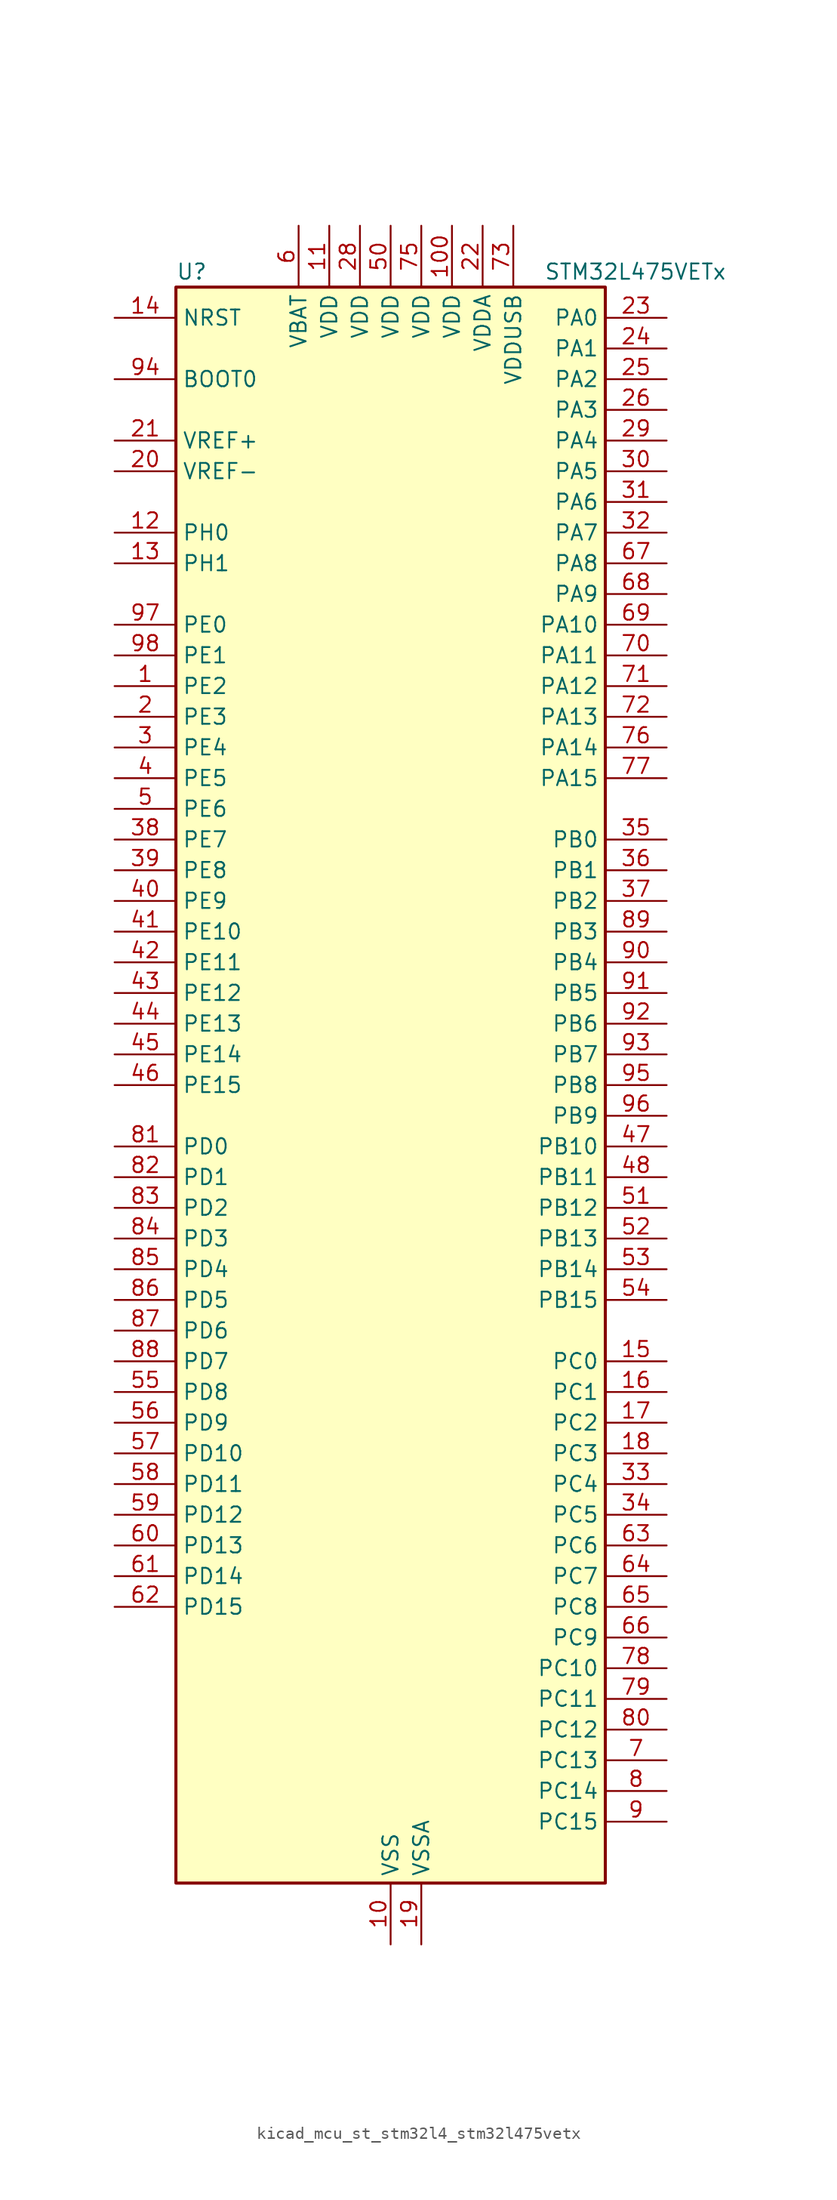
<source format=kicad_sym>
(kicad_symbol_lib
  (version 20220914)
  (generator kicad_symbol_editor)
  (symbol "kicad_mcu_st_stm32l4_stm32l475vetx"
    (property "Reference" "U"
      (at -17.78 67.31 0)
      (effects (font (size 1.27 1.27)) (justify left)))
    (property "Value" "STM32L475VETx"
      (at 12.7 67.31 0)
      (effects (font (size 1.27 1.27)) (justify left)))
    (property "ki_locked" ""
      (at 0 0 0)
      (effects (font (size 1.27 1.27))))
    (symbol "kicad_mcu_st_stm32l4_stm32l475vetx_0_1"
      (rectangle (start -17.78 -66.04) (end 17.78 66.04) (stroke (width 0.254) (type default)) (fill (type background))))
    (symbol "kicad_mcu_st_stm32l4_stm32l475vetx_1_1"
      (pin bidirectional line (at -22.86 33.02 0) (length 5.08) (name "PE2" (effects (font (size 1.27 1.27)))) (number "1" (effects (font (size 1.27 1.27)))) (alternate "FMC_A23" bidirectional line) (alternate "SAI1_MCLK_A" bidirectional line) (alternate "SYS_TRACECLK" bidirectional line) (alternate "TIM3_ETR" bidirectional line) (alternate "TSC_G7_IO1" bidirectional line))
      (pin power_in line (at 0 -71.12 90) (length 5.08) (name "VSS" (effects (font (size 1.27 1.27)))) (number "10" (effects (font (size 1.27 1.27)))))
      (pin power_in line (at 5.08 71.12 270) (length 5.08) (name "VDD" (effects (font (size 1.27 1.27)))) (number "100" (effects (font (size 1.27 1.27)))))
      (pin power_in line (at -5.08 71.12 270) (length 5.08) (name "VDD" (effects (font (size 1.27 1.27)))) (number "11" (effects (font (size 1.27 1.27)))))
      (pin bidirectional line (at -22.86 45.72 0) (length 5.08) (name "PH0" (effects (font (size 1.27 1.27)))) (number "12" (effects (font (size 1.27 1.27)))) (alternate "RCC_OSC_IN" bidirectional line))
      (pin bidirectional line (at -22.86 43.18 0) (length 5.08) (name "PH1" (effects (font (size 1.27 1.27)))) (number "13" (effects (font (size 1.27 1.27)))) (alternate "RCC_OSC_OUT" bidirectional line))
      (pin input line (at -22.86 63.5 0) (length 5.08) (name "NRST" (effects (font (size 1.27 1.27)))) (number "14" (effects (font (size 1.27 1.27)))))
      (pin bidirectional line (at 22.86 -22.86 180) (length 5.08) (name "PC0" (effects (font (size 1.27 1.27)))) (number "15" (effects (font (size 1.27 1.27)))) (alternate "ADC1_IN1" bidirectional line) (alternate "ADC2_IN1" bidirectional line) (alternate "ADC3_IN1" bidirectional line) (alternate "DFSDM1_DATIN4" bidirectional line) (alternate "I2C3_SCL" bidirectional line) (alternate "LPTIM1_IN1" bidirectional line) (alternate "LPTIM2_IN1" bidirectional line) (alternate "LPUART1_RX" bidirectional line))
      (pin bidirectional line (at 22.86 -25.4 180) (length 5.08) (name "PC1" (effects (font (size 1.27 1.27)))) (number "16" (effects (font (size 1.27 1.27)))) (alternate "ADC1_IN2" bidirectional line) (alternate "ADC2_IN2" bidirectional line) (alternate "ADC3_IN2" bidirectional line) (alternate "DFSDM1_CKIN4" bidirectional line) (alternate "I2C3_SDA" bidirectional line) (alternate "LPTIM1_OUT" bidirectional line) (alternate "LPUART1_TX" bidirectional line))
      (pin bidirectional line (at 22.86 -27.94 180) (length 5.08) (name "PC2" (effects (font (size 1.27 1.27)))) (number "17" (effects (font (size 1.27 1.27)))) (alternate "ADC1_IN3" bidirectional line) (alternate "ADC2_IN3" bidirectional line) (alternate "ADC3_IN3" bidirectional line) (alternate "DFSDM1_CKOUT" bidirectional line) (alternate "LPTIM1_IN2" bidirectional line) (alternate "SPI2_MISO" bidirectional line))
      (pin bidirectional line (at 22.86 -30.48 180) (length 5.08) (name "PC3" (effects (font (size 1.27 1.27)))) (number "18" (effects (font (size 1.27 1.27)))) (alternate "ADC1_IN4" bidirectional line) (alternate "ADC2_IN4" bidirectional line) (alternate "ADC3_IN4" bidirectional line) (alternate "LPTIM1_ETR" bidirectional line) (alternate "LPTIM2_ETR" bidirectional line) (alternate "SAI1_SD_A" bidirectional line) (alternate "SPI2_MOSI" bidirectional line))
      (pin power_in line (at 2.54 -71.12 90) (length 5.08) (name "VSSA" (effects (font (size 1.27 1.27)))) (number "19" (effects (font (size 1.27 1.27)))))
      (pin bidirectional line (at -22.86 30.48 0) (length 5.08) (name "PE3" (effects (font (size 1.27 1.27)))) (number "2" (effects (font (size 1.27 1.27)))) (alternate "FMC_A19" bidirectional line) (alternate "SAI1_SD_B" bidirectional line) (alternate "SYS_TRACED0" bidirectional line) (alternate "TIM3_CH1" bidirectional line) (alternate "TSC_G7_IO2" bidirectional line))
      (pin input line (at -22.86 50.8 0) (length 5.08) (name "VREF-" (effects (font (size 1.27 1.27)))) (number "20" (effects (font (size 1.27 1.27)))))
      (pin input line (at -22.86 53.34 0) (length 5.08) (name "VREF+" (effects (font (size 1.27 1.27)))) (number "21" (effects (font (size 1.27 1.27)))) (alternate "VREFBUF_OUT" bidirectional line))
      (pin power_in line (at 7.62 71.12 270) (length 5.08) (name "VDDA" (effects (font (size 1.27 1.27)))) (number "22" (effects (font (size 1.27 1.27)))))
      (pin bidirectional line (at 22.86 63.5 180) (length 5.08) (name "PA0" (effects (font (size 1.27 1.27)))) (number "23" (effects (font (size 1.27 1.27)))) (alternate "ADC1_IN5" bidirectional line) (alternate "ADC2_IN5" bidirectional line) (alternate "OPAMP1_VINP" bidirectional line) (alternate "RTC_TAMP2" bidirectional line) (alternate "SAI1_EXTCLK" bidirectional line) (alternate "SYS_WKUP1" bidirectional line) (alternate "TIM2_CH1" bidirectional line) (alternate "TIM2_ETR" bidirectional line) (alternate "TIM5_CH1" bidirectional line) (alternate "TIM8_ETR" bidirectional line) (alternate "UART4_TX" bidirectional line) (alternate "USART2_CTS" bidirectional line))
      (pin bidirectional line (at 22.86 60.96 180) (length 5.08) (name "PA1" (effects (font (size 1.27 1.27)))) (number "24" (effects (font (size 1.27 1.27)))) (alternate "ADC1_IN6" bidirectional line) (alternate "ADC2_IN6" bidirectional line) (alternate "OPAMP1_VINM" bidirectional line) (alternate "TIM15_CH1N" bidirectional line) (alternate "TIM2_CH2" bidirectional line) (alternate "TIM5_CH2" bidirectional line) (alternate "UART4_RX" bidirectional line) (alternate "USART2_DE" bidirectional line) (alternate "USART2_RTS" bidirectional line))
      (pin bidirectional line (at 22.86 58.42 180) (length 5.08) (name "PA2" (effects (font (size 1.27 1.27)))) (number "25" (effects (font (size 1.27 1.27)))) (alternate "ADC1_IN7" bidirectional line) (alternate "ADC2_IN7" bidirectional line) (alternate "RCC_LSCO" bidirectional line) (alternate "SAI2_EXTCLK" bidirectional line) (alternate "SYS_WKUP4" bidirectional line) (alternate "TIM15_CH1" bidirectional line) (alternate "TIM2_CH3" bidirectional line) (alternate "TIM5_CH3" bidirectional line) (alternate "USART2_TX" bidirectional line))
      (pin bidirectional line (at 22.86 55.88 180) (length 5.08) (name "PA3" (effects (font (size 1.27 1.27)))) (number "26" (effects (font (size 1.27 1.27)))) (alternate "ADC1_IN8" bidirectional line) (alternate "ADC2_IN8" bidirectional line) (alternate "OPAMP1_VOUT" bidirectional line) (alternate "TIM15_CH2" bidirectional line) (alternate "TIM2_CH4" bidirectional line) (alternate "TIM5_CH4" bidirectional line) (alternate "USART2_RX" bidirectional line))
      (pin passive line (at 0 -71.12 90) (length 5.08) hide (name "VSS" (effects (font (size 1.27 1.27)))) (number "27" (effects (font (size 1.27 1.27)))))
      (pin power_in line (at -2.54 71.12 270) (length 5.08) (name "VDD" (effects (font (size 1.27 1.27)))) (number "28" (effects (font (size 1.27 1.27)))))
      (pin bidirectional line (at 22.86 53.34 180) (length 5.08) (name "PA4" (effects (font (size 1.27 1.27)))) (number "29" (effects (font (size 1.27 1.27)))) (alternate "ADC1_IN9" bidirectional line) (alternate "ADC2_IN9" bidirectional line) (alternate "DAC1_OUT1" bidirectional line) (alternate "LPTIM2_OUT" bidirectional line) (alternate "SAI1_FS_B" bidirectional line) (alternate "SPI1_NSS" bidirectional line) (alternate "SPI3_NSS" bidirectional line) (alternate "USART2_CK" bidirectional line))
      (pin bidirectional line (at -22.86 27.94 0) (length 5.08) (name "PE4" (effects (font (size 1.27 1.27)))) (number "3" (effects (font (size 1.27 1.27)))) (alternate "DFSDM1_DATIN3" bidirectional line) (alternate "FMC_A20" bidirectional line) (alternate "SAI1_FS_A" bidirectional line) (alternate "SYS_TRACED1" bidirectional line) (alternate "TIM3_CH2" bidirectional line) (alternate "TSC_G7_IO3" bidirectional line))
      (pin bidirectional line (at 22.86 50.8 180) (length 5.08) (name "PA5" (effects (font (size 1.27 1.27)))) (number "30" (effects (font (size 1.27 1.27)))) (alternate "ADC1_IN10" bidirectional line) (alternate "ADC2_IN10" bidirectional line) (alternate "DAC1_OUT2" bidirectional line) (alternate "LPTIM2_ETR" bidirectional line) (alternate "SPI1_SCK" bidirectional line) (alternate "TIM2_CH1" bidirectional line) (alternate "TIM2_ETR" bidirectional line) (alternate "TIM8_CH1N" bidirectional line))
      (pin bidirectional line (at 22.86 48.26 180) (length 5.08) (name "PA6" (effects (font (size 1.27 1.27)))) (number "31" (effects (font (size 1.27 1.27)))) (alternate "ADC1_IN11" bidirectional line) (alternate "ADC2_IN11" bidirectional line) (alternate "OPAMP2_VINP" bidirectional line) (alternate "QUADSPI_BK1_IO3" bidirectional line) (alternate "SPI1_MISO" bidirectional line) (alternate "TIM16_CH1" bidirectional line) (alternate "TIM1_BKIN" bidirectional line) (alternate "TIM1_BKIN_COMP2" bidirectional line) (alternate "TIM3_CH1" bidirectional line) (alternate "TIM8_BKIN" bidirectional line) (alternate "TIM8_BKIN_COMP2" bidirectional line) (alternate "USART3_CTS" bidirectional line))
      (pin bidirectional line (at 22.86 45.72 180) (length 5.08) (name "PA7" (effects (font (size 1.27 1.27)))) (number "32" (effects (font (size 1.27 1.27)))) (alternate "ADC1_IN12" bidirectional line) (alternate "ADC2_IN12" bidirectional line) (alternate "OPAMP2_VINM" bidirectional line) (alternate "QUADSPI_BK1_IO2" bidirectional line) (alternate "SPI1_MOSI" bidirectional line) (alternate "TIM17_CH1" bidirectional line) (alternate "TIM1_CH1N" bidirectional line) (alternate "TIM3_CH2" bidirectional line) (alternate "TIM8_CH1N" bidirectional line))
      (pin bidirectional line (at 22.86 -33.02 180) (length 5.08) (name "PC4" (effects (font (size 1.27 1.27)))) (number "33" (effects (font (size 1.27 1.27)))) (alternate "ADC1_IN13" bidirectional line) (alternate "ADC2_IN13" bidirectional line) (alternate "COMP1_INM" bidirectional line) (alternate "USART3_TX" bidirectional line))
      (pin bidirectional line (at 22.86 -35.56 180) (length 5.08) (name "PC5" (effects (font (size 1.27 1.27)))) (number "34" (effects (font (size 1.27 1.27)))) (alternate "ADC1_IN14" bidirectional line) (alternate "ADC2_IN14" bidirectional line) (alternate "COMP1_INP" bidirectional line) (alternate "SYS_WKUP5" bidirectional line) (alternate "USART3_RX" bidirectional line))
      (pin bidirectional line (at 22.86 20.32 180) (length 5.08) (name "PB0" (effects (font (size 1.27 1.27)))) (number "35" (effects (font (size 1.27 1.27)))) (alternate "ADC1_IN15" bidirectional line) (alternate "ADC2_IN15" bidirectional line) (alternate "COMP1_OUT" bidirectional line) (alternate "OPAMP2_VOUT" bidirectional line) (alternate "QUADSPI_BK1_IO1" bidirectional line) (alternate "TIM1_CH2N" bidirectional line) (alternate "TIM3_CH3" bidirectional line) (alternate "TIM8_CH2N" bidirectional line) (alternate "USART3_CK" bidirectional line))
      (pin bidirectional line (at 22.86 17.78 180) (length 5.08) (name "PB1" (effects (font (size 1.27 1.27)))) (number "36" (effects (font (size 1.27 1.27)))) (alternate "ADC1_IN16" bidirectional line) (alternate "ADC2_IN16" bidirectional line) (alternate "COMP1_INM" bidirectional line) (alternate "DFSDM1_DATIN0" bidirectional line) (alternate "LPTIM2_IN1" bidirectional line) (alternate "QUADSPI_BK1_IO0" bidirectional line) (alternate "TIM1_CH3N" bidirectional line) (alternate "TIM3_CH4" bidirectional line) (alternate "TIM8_CH3N" bidirectional line) (alternate "USART3_DE" bidirectional line) (alternate "USART3_RTS" bidirectional line))
      (pin bidirectional line (at 22.86 15.24 180) (length 5.08) (name "PB2" (effects (font (size 1.27 1.27)))) (number "37" (effects (font (size 1.27 1.27)))) (alternate "COMP1_INP" bidirectional line) (alternate "DFSDM1_CKIN0" bidirectional line) (alternate "I2C3_SMBA" bidirectional line) (alternate "LPTIM1_OUT" bidirectional line) (alternate "RTC_OUT_ALARM" bidirectional line) (alternate "RTC_OUT_CALIB" bidirectional line))
      (pin bidirectional line (at -22.86 20.32 0) (length 5.08) (name "PE7" (effects (font (size 1.27 1.27)))) (number "38" (effects (font (size 1.27 1.27)))) (alternate "DFSDM1_DATIN2" bidirectional line) (alternate "FMC_D4" bidirectional line) (alternate "FMC_DA4" bidirectional line) (alternate "SAI1_SD_B" bidirectional line) (alternate "TIM1_ETR" bidirectional line))
      (pin bidirectional line (at -22.86 17.78 0) (length 5.08) (name "PE8" (effects (font (size 1.27 1.27)))) (number "39" (effects (font (size 1.27 1.27)))) (alternate "DFSDM1_CKIN2" bidirectional line) (alternate "FMC_D5" bidirectional line) (alternate "FMC_DA5" bidirectional line) (alternate "SAI1_SCK_B" bidirectional line) (alternate "TIM1_CH1N" bidirectional line))
      (pin bidirectional line (at -22.86 25.4 0) (length 5.08) (name "PE5" (effects (font (size 1.27 1.27)))) (number "4" (effects (font (size 1.27 1.27)))) (alternate "DFSDM1_CKIN3" bidirectional line) (alternate "FMC_A21" bidirectional line) (alternate "SAI1_SCK_A" bidirectional line) (alternate "SYS_TRACED2" bidirectional line) (alternate "TIM3_CH3" bidirectional line) (alternate "TSC_G7_IO4" bidirectional line))
      (pin bidirectional line (at -22.86 15.24 0) (length 5.08) (name "PE9" (effects (font (size 1.27 1.27)))) (number "40" (effects (font (size 1.27 1.27)))) (alternate "DAC1_EXTI9" bidirectional line) (alternate "DFSDM1_CKOUT" bidirectional line) (alternate "FMC_D6" bidirectional line) (alternate "FMC_DA6" bidirectional line) (alternate "SAI1_FS_B" bidirectional line) (alternate "TIM1_CH1" bidirectional line))
      (pin bidirectional line (at -22.86 12.7 0) (length 5.08) (name "PE10" (effects (font (size 1.27 1.27)))) (number "41" (effects (font (size 1.27 1.27)))) (alternate "DFSDM1_DATIN4" bidirectional line) (alternate "FMC_D7" bidirectional line) (alternate "FMC_DA7" bidirectional line) (alternate "QUADSPI_CLK" bidirectional line) (alternate "SAI1_MCLK_B" bidirectional line) (alternate "TIM1_CH2N" bidirectional line) (alternate "TSC_G5_IO1" bidirectional line))
      (pin bidirectional line (at -22.86 10.16 0) (length 5.08) (name "PE11" (effects (font (size 1.27 1.27)))) (number "42" (effects (font (size 1.27 1.27)))) (alternate "ADC1_EXTI11" bidirectional line) (alternate "ADC2_EXTI11" bidirectional line) (alternate "ADC3_EXTI11" bidirectional line) (alternate "DFSDM1_CKIN4" bidirectional line) (alternate "FMC_D8" bidirectional line) (alternate "FMC_DA8" bidirectional line) (alternate "QUADSPI_NCS" bidirectional line) (alternate "TIM1_CH2" bidirectional line) (alternate "TSC_G5_IO2" bidirectional line))
      (pin bidirectional line (at -22.86 7.62 0) (length 5.08) (name "PE12" (effects (font (size 1.27 1.27)))) (number "43" (effects (font (size 1.27 1.27)))) (alternate "DFSDM1_DATIN5" bidirectional line) (alternate "FMC_D9" bidirectional line) (alternate "FMC_DA9" bidirectional line) (alternate "QUADSPI_BK1_IO0" bidirectional line) (alternate "SPI1_NSS" bidirectional line) (alternate "TIM1_CH3N" bidirectional line) (alternate "TSC_G5_IO3" bidirectional line))
      (pin bidirectional line (at -22.86 5.08 0) (length 5.08) (name "PE13" (effects (font (size 1.27 1.27)))) (number "44" (effects (font (size 1.27 1.27)))) (alternate "DFSDM1_CKIN5" bidirectional line) (alternate "FMC_D10" bidirectional line) (alternate "FMC_DA10" bidirectional line) (alternate "QUADSPI_BK1_IO1" bidirectional line) (alternate "SPI1_SCK" bidirectional line) (alternate "TIM1_CH3" bidirectional line) (alternate "TSC_G5_IO4" bidirectional line))
      (pin bidirectional line (at -22.86 2.54 0) (length 5.08) (name "PE14" (effects (font (size 1.27 1.27)))) (number "45" (effects (font (size 1.27 1.27)))) (alternate "FMC_D11" bidirectional line) (alternate "FMC_DA11" bidirectional line) (alternate "QUADSPI_BK1_IO2" bidirectional line) (alternate "SPI1_MISO" bidirectional line) (alternate "TIM1_BKIN2" bidirectional line) (alternate "TIM1_BKIN2_COMP2" bidirectional line) (alternate "TIM1_CH4" bidirectional line))
      (pin bidirectional line (at -22.86 0 0) (length 5.08) (name "PE15" (effects (font (size 1.27 1.27)))) (number "46" (effects (font (size 1.27 1.27)))) (alternate "ADC1_EXTI15" bidirectional line) (alternate "ADC2_EXTI15" bidirectional line) (alternate "ADC3_EXTI15" bidirectional line) (alternate "FMC_D12" bidirectional line) (alternate "FMC_DA12" bidirectional line) (alternate "QUADSPI_BK1_IO3" bidirectional line) (alternate "SPI1_MOSI" bidirectional line) (alternate "TIM1_BKIN" bidirectional line) (alternate "TIM1_BKIN_COMP1" bidirectional line))
      (pin bidirectional line (at 22.86 -5.08 180) (length 5.08) (name "PB10" (effects (font (size 1.27 1.27)))) (number "47" (effects (font (size 1.27 1.27)))) (alternate "COMP1_OUT" bidirectional line) (alternate "DFSDM1_DATIN7" bidirectional line) (alternate "I2C2_SCL" bidirectional line) (alternate "LPUART1_RX" bidirectional line) (alternate "QUADSPI_CLK" bidirectional line) (alternate "SAI1_SCK_A" bidirectional line) (alternate "SPI2_SCK" bidirectional line) (alternate "TIM2_CH3" bidirectional line) (alternate "USART3_TX" bidirectional line))
      (pin bidirectional line (at 22.86 -7.62 180) (length 5.08) (name "PB11" (effects (font (size 1.27 1.27)))) (number "48" (effects (font (size 1.27 1.27)))) (alternate "ADC1_EXTI11" bidirectional line) (alternate "ADC2_EXTI11" bidirectional line) (alternate "ADC3_EXTI11" bidirectional line) (alternate "COMP2_OUT" bidirectional line) (alternate "DFSDM1_CKIN7" bidirectional line) (alternate "I2C2_SDA" bidirectional line) (alternate "LPUART1_TX" bidirectional line) (alternate "QUADSPI_NCS" bidirectional line) (alternate "TIM2_CH4" bidirectional line) (alternate "USART3_RX" bidirectional line))
      (pin passive line (at 0 -71.12 90) (length 5.08) hide (name "VSS" (effects (font (size 1.27 1.27)))) (number "49" (effects (font (size 1.27 1.27)))))
      (pin bidirectional line (at -22.86 22.86 0) (length 5.08) (name "PE6" (effects (font (size 1.27 1.27)))) (number "5" (effects (font (size 1.27 1.27)))) (alternate "FMC_A22" bidirectional line) (alternate "RTC_TAMP3" bidirectional line) (alternate "SAI1_SD_A" bidirectional line) (alternate "SYS_TRACED3" bidirectional line) (alternate "SYS_WKUP3" bidirectional line) (alternate "TIM3_CH4" bidirectional line))
      (pin power_in line (at 0 71.12 270) (length 5.08) (name "VDD" (effects (font (size 1.27 1.27)))) (number "50" (effects (font (size 1.27 1.27)))))
      (pin bidirectional line (at 22.86 -10.16 180) (length 5.08) (name "PB12" (effects (font (size 1.27 1.27)))) (number "51" (effects (font (size 1.27 1.27)))) (alternate "DFSDM1_DATIN1" bidirectional line) (alternate "I2C2_SMBA" bidirectional line) (alternate "LPUART1_DE" bidirectional line) (alternate "LPUART1_RTS" bidirectional line) (alternate "SAI2_FS_A" bidirectional line) (alternate "SPI2_NSS" bidirectional line) (alternate "SWPMI1_IO" bidirectional line) (alternate "TIM15_BKIN" bidirectional line) (alternate "TIM1_BKIN" bidirectional line) (alternate "TIM1_BKIN_COMP2" bidirectional line) (alternate "TSC_G1_IO1" bidirectional line) (alternate "USART3_CK" bidirectional line))
      (pin bidirectional line (at 22.86 -12.7 180) (length 5.08) (name "PB13" (effects (font (size 1.27 1.27)))) (number "52" (effects (font (size 1.27 1.27)))) (alternate "DFSDM1_CKIN1" bidirectional line) (alternate "I2C2_SCL" bidirectional line) (alternate "LPUART1_CTS" bidirectional line) (alternate "SAI2_SCK_A" bidirectional line) (alternate "SPI2_SCK" bidirectional line) (alternate "SWPMI1_TX" bidirectional line) (alternate "TIM15_CH1N" bidirectional line) (alternate "TIM1_CH1N" bidirectional line) (alternate "TSC_G1_IO2" bidirectional line) (alternate "USART3_CTS" bidirectional line))
      (pin bidirectional line (at 22.86 -15.24 180) (length 5.08) (name "PB14" (effects (font (size 1.27 1.27)))) (number "53" (effects (font (size 1.27 1.27)))) (alternate "DFSDM1_DATIN2" bidirectional line) (alternate "I2C2_SDA" bidirectional line) (alternate "SAI2_MCLK_A" bidirectional line) (alternate "SPI2_MISO" bidirectional line) (alternate "SWPMI1_RX" bidirectional line) (alternate "TIM15_CH1" bidirectional line) (alternate "TIM1_CH2N" bidirectional line) (alternate "TIM8_CH2N" bidirectional line) (alternate "TSC_G1_IO3" bidirectional line) (alternate "USART3_DE" bidirectional line) (alternate "USART3_RTS" bidirectional line))
      (pin bidirectional line (at 22.86 -17.78 180) (length 5.08) (name "PB15" (effects (font (size 1.27 1.27)))) (number "54" (effects (font (size 1.27 1.27)))) (alternate "ADC1_EXTI15" bidirectional line) (alternate "ADC2_EXTI15" bidirectional line) (alternate "ADC3_EXTI15" bidirectional line) (alternate "DFSDM1_CKIN2" bidirectional line) (alternate "RTC_REFIN" bidirectional line) (alternate "SAI2_SD_A" bidirectional line) (alternate "SPI2_MOSI" bidirectional line) (alternate "SWPMI1_SUSPEND" bidirectional line) (alternate "TIM15_CH2" bidirectional line) (alternate "TIM1_CH3N" bidirectional line) (alternate "TIM8_CH3N" bidirectional line) (alternate "TSC_G1_IO4" bidirectional line))
      (pin bidirectional line (at -22.86 -25.4 0) (length 5.08) (name "PD8" (effects (font (size 1.27 1.27)))) (number "55" (effects (font (size 1.27 1.27)))) (alternate "FMC_D13" bidirectional line) (alternate "FMC_DA13" bidirectional line) (alternate "USART3_TX" bidirectional line))
      (pin bidirectional line (at -22.86 -27.94 0) (length 5.08) (name "PD9" (effects (font (size 1.27 1.27)))) (number "56" (effects (font (size 1.27 1.27)))) (alternate "DAC1_EXTI9" bidirectional line) (alternate "FMC_D14" bidirectional line) (alternate "FMC_DA14" bidirectional line) (alternate "SAI2_MCLK_A" bidirectional line) (alternate "USART3_RX" bidirectional line))
      (pin bidirectional line (at -22.86 -30.48 0) (length 5.08) (name "PD10" (effects (font (size 1.27 1.27)))) (number "57" (effects (font (size 1.27 1.27)))) (alternate "FMC_D15" bidirectional line) (alternate "FMC_DA15" bidirectional line) (alternate "SAI2_SCK_A" bidirectional line) (alternate "TSC_G6_IO1" bidirectional line) (alternate "USART3_CK" bidirectional line))
      (pin bidirectional line (at -22.86 -33.02 0) (length 5.08) (name "PD11" (effects (font (size 1.27 1.27)))) (number "58" (effects (font (size 1.27 1.27)))) (alternate "ADC1_EXTI11" bidirectional line) (alternate "ADC2_EXTI11" bidirectional line) (alternate "ADC3_EXTI11" bidirectional line) (alternate "FMC_A16" bidirectional line) (alternate "FMC_CLE" bidirectional line) (alternate "LPTIM2_ETR" bidirectional line) (alternate "SAI2_SD_A" bidirectional line) (alternate "TSC_G6_IO2" bidirectional line) (alternate "USART3_CTS" bidirectional line))
      (pin bidirectional line (at -22.86 -35.56 0) (length 5.08) (name "PD12" (effects (font (size 1.27 1.27)))) (number "59" (effects (font (size 1.27 1.27)))) (alternate "FMC_A17" bidirectional line) (alternate "FMC_ALE" bidirectional line) (alternate "LPTIM2_IN1" bidirectional line) (alternate "SAI2_FS_A" bidirectional line) (alternate "TIM4_CH1" bidirectional line) (alternate "TSC_G6_IO3" bidirectional line) (alternate "USART3_DE" bidirectional line) (alternate "USART3_RTS" bidirectional line))
      (pin power_in line (at -7.62 71.12 270) (length 5.08) (name "VBAT" (effects (font (size 1.27 1.27)))) (number "6" (effects (font (size 1.27 1.27)))))
      (pin bidirectional line (at -22.86 -38.1 0) (length 5.08) (name "PD13" (effects (font (size 1.27 1.27)))) (number "60" (effects (font (size 1.27 1.27)))) (alternate "FMC_A18" bidirectional line) (alternate "LPTIM2_OUT" bidirectional line) (alternate "TIM4_CH2" bidirectional line) (alternate "TSC_G6_IO4" bidirectional line))
      (pin bidirectional line (at -22.86 -40.64 0) (length 5.08) (name "PD14" (effects (font (size 1.27 1.27)))) (number "61" (effects (font (size 1.27 1.27)))) (alternate "FMC_D0" bidirectional line) (alternate "FMC_DA0" bidirectional line) (alternate "TIM4_CH3" bidirectional line))
      (pin bidirectional line (at -22.86 -43.18 0) (length 5.08) (name "PD15" (effects (font (size 1.27 1.27)))) (number "62" (effects (font (size 1.27 1.27)))) (alternate "ADC1_EXTI15" bidirectional line) (alternate "ADC2_EXTI15" bidirectional line) (alternate "ADC3_EXTI15" bidirectional line) (alternate "FMC_D1" bidirectional line) (alternate "FMC_DA1" bidirectional line) (alternate "TIM4_CH4" bidirectional line))
      (pin bidirectional line (at 22.86 -38.1 180) (length 5.08) (name "PC6" (effects (font (size 1.27 1.27)))) (number "63" (effects (font (size 1.27 1.27)))) (alternate "DFSDM1_CKIN3" bidirectional line) (alternate "SAI2_MCLK_A" bidirectional line) (alternate "SDMMC1_D6" bidirectional line) (alternate "TIM3_CH1" bidirectional line) (alternate "TIM8_CH1" bidirectional line) (alternate "TSC_G4_IO1" bidirectional line))
      (pin bidirectional line (at 22.86 -40.64 180) (length 5.08) (name "PC7" (effects (font (size 1.27 1.27)))) (number "64" (effects (font (size 1.27 1.27)))) (alternate "DFSDM1_DATIN3" bidirectional line) (alternate "SAI2_MCLK_B" bidirectional line) (alternate "SDMMC1_D7" bidirectional line) (alternate "TIM3_CH2" bidirectional line) (alternate "TIM8_CH2" bidirectional line) (alternate "TSC_G4_IO2" bidirectional line))
      (pin bidirectional line (at 22.86 -43.18 180) (length 5.08) (name "PC8" (effects (font (size 1.27 1.27)))) (number "65" (effects (font (size 1.27 1.27)))) (alternate "SDMMC1_D0" bidirectional line) (alternate "TIM3_CH3" bidirectional line) (alternate "TIM8_CH3" bidirectional line) (alternate "TSC_G4_IO3" bidirectional line))
      (pin bidirectional line (at 22.86 -45.72 180) (length 5.08) (name "PC9" (effects (font (size 1.27 1.27)))) (number "66" (effects (font (size 1.27 1.27)))) (alternate "DAC1_EXTI9" bidirectional line) (alternate "SAI2_EXTCLK" bidirectional line) (alternate "SDMMC1_D1" bidirectional line) (alternate "TIM3_CH4" bidirectional line) (alternate "TIM8_BKIN2" bidirectional line) (alternate "TIM8_BKIN2_COMP1" bidirectional line) (alternate "TIM8_CH4" bidirectional line) (alternate "TSC_G4_IO4" bidirectional line) (alternate "USB_OTG_FS_NOE" bidirectional line))
      (pin bidirectional line (at 22.86 43.18 180) (length 5.08) (name "PA8" (effects (font (size 1.27 1.27)))) (number "67" (effects (font (size 1.27 1.27)))) (alternate "LPTIM2_OUT" bidirectional line) (alternate "RCC_MCO" bidirectional line) (alternate "TIM1_CH1" bidirectional line) (alternate "USART1_CK" bidirectional line) (alternate "USB_OTG_FS_SOF" bidirectional line))
      (pin bidirectional line (at 22.86 40.64 180) (length 5.08) (name "PA9" (effects (font (size 1.27 1.27)))) (number "68" (effects (font (size 1.27 1.27)))) (alternate "DAC1_EXTI9" bidirectional line) (alternate "TIM15_BKIN" bidirectional line) (alternate "TIM1_CH2" bidirectional line) (alternate "USART1_TX" bidirectional line) (alternate "USB_OTG_FS_VBUS" bidirectional line))
      (pin bidirectional line (at 22.86 38.1 180) (length 5.08) (name "PA10" (effects (font (size 1.27 1.27)))) (number "69" (effects (font (size 1.27 1.27)))) (alternate "TIM17_BKIN" bidirectional line) (alternate "TIM1_CH3" bidirectional line) (alternate "USART1_RX" bidirectional line) (alternate "USB_OTG_FS_ID" bidirectional line))
      (pin bidirectional line (at 22.86 -55.88 180) (length 5.08) (name "PC13" (effects (font (size 1.27 1.27)))) (number "7" (effects (font (size 1.27 1.27)))) (alternate "RTC_OUT_ALARM" bidirectional line) (alternate "RTC_OUT_CALIB" bidirectional line) (alternate "RTC_TAMP1" bidirectional line) (alternate "RTC_TS" bidirectional line) (alternate "SYS_WKUP2" bidirectional line))
      (pin bidirectional line (at 22.86 35.56 180) (length 5.08) (name "PA11" (effects (font (size 1.27 1.27)))) (number "70" (effects (font (size 1.27 1.27)))) (alternate "ADC1_EXTI11" bidirectional line) (alternate "ADC2_EXTI11" bidirectional line) (alternate "ADC3_EXTI11" bidirectional line) (alternate "CAN1_RX" bidirectional line) (alternate "TIM1_BKIN2" bidirectional line) (alternate "TIM1_BKIN2_COMP1" bidirectional line) (alternate "TIM1_CH4" bidirectional line) (alternate "USART1_CTS" bidirectional line) (alternate "USB_OTG_FS_DM" bidirectional line))
      (pin bidirectional line (at 22.86 33.02 180) (length 5.08) (name "PA12" (effects (font (size 1.27 1.27)))) (number "71" (effects (font (size 1.27 1.27)))) (alternate "CAN1_TX" bidirectional line) (alternate "TIM1_ETR" bidirectional line) (alternate "USART1_DE" bidirectional line) (alternate "USART1_RTS" bidirectional line) (alternate "USB_OTG_FS_DP" bidirectional line))
      (pin bidirectional line (at 22.86 30.48 180) (length 5.08) (name "PA13" (effects (font (size 1.27 1.27)))) (number "72" (effects (font (size 1.27 1.27)))) (alternate "IR_OUT" bidirectional line) (alternate "SYS_JTMS-SWDIO" bidirectional line) (alternate "USB_OTG_FS_NOE" bidirectional line))
      (pin power_in line (at 10.16 71.12 270) (length 5.08) (name "VDDUSB" (effects (font (size 1.27 1.27)))) (number "73" (effects (font (size 1.27 1.27)))))
      (pin passive line (at 0 -71.12 90) (length 5.08) hide (name "VSS" (effects (font (size 1.27 1.27)))) (number "74" (effects (font (size 1.27 1.27)))))
      (pin power_in line (at 2.54 71.12 270) (length 5.08) (name "VDD" (effects (font (size 1.27 1.27)))) (number "75" (effects (font (size 1.27 1.27)))))
      (pin bidirectional line (at 22.86 27.94 180) (length 5.08) (name "PA14" (effects (font (size 1.27 1.27)))) (number "76" (effects (font (size 1.27 1.27)))) (alternate "SYS_JTCK-SWCLK" bidirectional line))
      (pin bidirectional line (at 22.86 25.4 180) (length 5.08) (name "PA15" (effects (font (size 1.27 1.27)))) (number "77" (effects (font (size 1.27 1.27)))) (alternate "ADC1_EXTI15" bidirectional line) (alternate "ADC2_EXTI15" bidirectional line) (alternate "ADC3_EXTI15" bidirectional line) (alternate "SAI2_FS_B" bidirectional line) (alternate "SPI1_NSS" bidirectional line) (alternate "SPI3_NSS" bidirectional line) (alternate "SYS_JTDI" bidirectional line) (alternate "TIM2_CH1" bidirectional line) (alternate "TIM2_ETR" bidirectional line) (alternate "TSC_G3_IO1" bidirectional line) (alternate "UART4_DE" bidirectional line) (alternate "UART4_RTS" bidirectional line))
      (pin bidirectional line (at 22.86 -48.26 180) (length 5.08) (name "PC10" (effects (font (size 1.27 1.27)))) (number "78" (effects (font (size 1.27 1.27)))) (alternate "SAI2_SCK_B" bidirectional line) (alternate "SDMMC1_D2" bidirectional line) (alternate "SPI3_SCK" bidirectional line) (alternate "TSC_G3_IO2" bidirectional line) (alternate "UART4_TX" bidirectional line) (alternate "USART3_TX" bidirectional line))
      (pin bidirectional line (at 22.86 -50.8 180) (length 5.08) (name "PC11" (effects (font (size 1.27 1.27)))) (number "79" (effects (font (size 1.27 1.27)))) (alternate "ADC1_EXTI11" bidirectional line) (alternate "ADC2_EXTI11" bidirectional line) (alternate "ADC3_EXTI11" bidirectional line) (alternate "SAI2_MCLK_B" bidirectional line) (alternate "SDMMC1_D3" bidirectional line) (alternate "SPI3_MISO" bidirectional line) (alternate "TSC_G3_IO3" bidirectional line) (alternate "UART4_RX" bidirectional line) (alternate "USART3_RX" bidirectional line))
      (pin bidirectional line (at 22.86 -58.42 180) (length 5.08) (name "PC14" (effects (font (size 1.27 1.27)))) (number "8" (effects (font (size 1.27 1.27)))) (alternate "RCC_OSC32_IN" bidirectional line))
      (pin bidirectional line (at 22.86 -53.34 180) (length 5.08) (name "PC12" (effects (font (size 1.27 1.27)))) (number "80" (effects (font (size 1.27 1.27)))) (alternate "SAI2_SD_B" bidirectional line) (alternate "SDMMC1_CK" bidirectional line) (alternate "SPI3_MOSI" bidirectional line) (alternate "TSC_G3_IO4" bidirectional line) (alternate "UART5_TX" bidirectional line) (alternate "USART3_CK" bidirectional line))
      (pin bidirectional line (at -22.86 -5.08 0) (length 5.08) (name "PD0" (effects (font (size 1.27 1.27)))) (number "81" (effects (font (size 1.27 1.27)))) (alternate "CAN1_RX" bidirectional line) (alternate "DFSDM1_DATIN7" bidirectional line) (alternate "FMC_D2" bidirectional line) (alternate "FMC_DA2" bidirectional line) (alternate "SPI2_NSS" bidirectional line))
      (pin bidirectional line (at -22.86 -7.62 0) (length 5.08) (name "PD1" (effects (font (size 1.27 1.27)))) (number "82" (effects (font (size 1.27 1.27)))) (alternate "CAN1_TX" bidirectional line) (alternate "DFSDM1_CKIN7" bidirectional line) (alternate "FMC_D3" bidirectional line) (alternate "FMC_DA3" bidirectional line) (alternate "SPI2_SCK" bidirectional line))
      (pin bidirectional line (at -22.86 -10.16 0) (length 5.08) (name "PD2" (effects (font (size 1.27 1.27)))) (number "83" (effects (font (size 1.27 1.27)))) (alternate "SDMMC1_CMD" bidirectional line) (alternate "TIM3_ETR" bidirectional line) (alternate "TSC_SYNC" bidirectional line) (alternate "UART5_RX" bidirectional line) (alternate "USART3_DE" bidirectional line) (alternate "USART3_RTS" bidirectional line))
      (pin bidirectional line (at -22.86 -12.7 0) (length 5.08) (name "PD3" (effects (font (size 1.27 1.27)))) (number "84" (effects (font (size 1.27 1.27)))) (alternate "DFSDM1_DATIN0" bidirectional line) (alternate "FMC_CLK" bidirectional line) (alternate "SPI2_MISO" bidirectional line) (alternate "USART2_CTS" bidirectional line))
      (pin bidirectional line (at -22.86 -15.24 0) (length 5.08) (name "PD4" (effects (font (size 1.27 1.27)))) (number "85" (effects (font (size 1.27 1.27)))) (alternate "DFSDM1_CKIN0" bidirectional line) (alternate "FMC_NOE" bidirectional line) (alternate "SPI2_MOSI" bidirectional line) (alternate "USART2_DE" bidirectional line) (alternate "USART2_RTS" bidirectional line))
      (pin bidirectional line (at -22.86 -17.78 0) (length 5.08) (name "PD5" (effects (font (size 1.27 1.27)))) (number "86" (effects (font (size 1.27 1.27)))) (alternate "FMC_NWE" bidirectional line) (alternate "USART2_TX" bidirectional line))
      (pin bidirectional line (at -22.86 -20.32 0) (length 5.08) (name "PD6" (effects (font (size 1.27 1.27)))) (number "87" (effects (font (size 1.27 1.27)))) (alternate "DFSDM1_DATIN1" bidirectional line) (alternate "FMC_NWAIT" bidirectional line) (alternate "SAI1_SD_A" bidirectional line) (alternate "USART2_RX" bidirectional line))
      (pin bidirectional line (at -22.86 -22.86 0) (length 5.08) (name "PD7" (effects (font (size 1.27 1.27)))) (number "88" (effects (font (size 1.27 1.27)))) (alternate "DFSDM1_CKIN1" bidirectional line) (alternate "FMC_NE1" bidirectional line) (alternate "USART2_CK" bidirectional line))
      (pin bidirectional line (at 22.86 12.7 180) (length 5.08) (name "PB3" (effects (font (size 1.27 1.27)))) (number "89" (effects (font (size 1.27 1.27)))) (alternate "COMP2_INM" bidirectional line) (alternate "SAI1_SCK_B" bidirectional line) (alternate "SPI1_SCK" bidirectional line) (alternate "SPI3_SCK" bidirectional line) (alternate "SYS_JTDO-SWO" bidirectional line) (alternate "TIM2_CH2" bidirectional line) (alternate "USART1_DE" bidirectional line) (alternate "USART1_RTS" bidirectional line))
      (pin bidirectional line (at 22.86 -60.96 180) (length 5.08) (name "PC15" (effects (font (size 1.27 1.27)))) (number "9" (effects (font (size 1.27 1.27)))) (alternate "ADC1_EXTI15" bidirectional line) (alternate "ADC2_EXTI15" bidirectional line) (alternate "ADC3_EXTI15" bidirectional line) (alternate "RCC_OSC32_OUT" bidirectional line))
      (pin bidirectional line (at 22.86 10.16 180) (length 5.08) (name "PB4" (effects (font (size 1.27 1.27)))) (number "90" (effects (font (size 1.27 1.27)))) (alternate "COMP2_INP" bidirectional line) (alternate "SAI1_MCLK_B" bidirectional line) (alternate "SPI1_MISO" bidirectional line) (alternate "SPI3_MISO" bidirectional line) (alternate "SYS_JTRST" bidirectional line) (alternate "TIM17_BKIN" bidirectional line) (alternate "TIM3_CH1" bidirectional line) (alternate "TSC_G2_IO1" bidirectional line) (alternate "UART5_DE" bidirectional line) (alternate "UART5_RTS" bidirectional line) (alternate "USART1_CTS" bidirectional line))
      (pin bidirectional line (at 22.86 7.62 180) (length 5.08) (name "PB5" (effects (font (size 1.27 1.27)))) (number "91" (effects (font (size 1.27 1.27)))) (alternate "COMP2_OUT" bidirectional line) (alternate "I2C1_SMBA" bidirectional line) (alternate "LPTIM1_IN1" bidirectional line) (alternate "SAI1_SD_B" bidirectional line) (alternate "SPI1_MOSI" bidirectional line) (alternate "SPI3_MOSI" bidirectional line) (alternate "TIM16_BKIN" bidirectional line) (alternate "TIM3_CH2" bidirectional line) (alternate "TSC_G2_IO2" bidirectional line) (alternate "UART5_CTS" bidirectional line) (alternate "USART1_CK" bidirectional line))
      (pin bidirectional line (at 22.86 5.08 180) (length 5.08) (name "PB6" (effects (font (size 1.27 1.27)))) (number "92" (effects (font (size 1.27 1.27)))) (alternate "COMP2_INP" bidirectional line) (alternate "DFSDM1_DATIN5" bidirectional line) (alternate "I2C1_SCL" bidirectional line) (alternate "LPTIM1_ETR" bidirectional line) (alternate "SAI1_FS_B" bidirectional line) (alternate "TIM16_CH1N" bidirectional line) (alternate "TIM4_CH1" bidirectional line) (alternate "TIM8_BKIN2" bidirectional line) (alternate "TIM8_BKIN2_COMP2" bidirectional line) (alternate "TSC_G2_IO3" bidirectional line) (alternate "USART1_TX" bidirectional line))
      (pin bidirectional line (at 22.86 2.54 180) (length 5.08) (name "PB7" (effects (font (size 1.27 1.27)))) (number "93" (effects (font (size 1.27 1.27)))) (alternate "COMP2_INM" bidirectional line) (alternate "DFSDM1_CKIN5" bidirectional line) (alternate "FMC_NL" bidirectional line) (alternate "I2C1_SDA" bidirectional line) (alternate "LPTIM1_IN2" bidirectional line) (alternate "SYS_PVD_IN" bidirectional line) (alternate "TIM17_CH1N" bidirectional line) (alternate "TIM4_CH2" bidirectional line) (alternate "TIM8_BKIN" bidirectional line) (alternate "TIM8_BKIN_COMP1" bidirectional line) (alternate "TSC_G2_IO4" bidirectional line) (alternate "UART4_CTS" bidirectional line) (alternate "USART1_RX" bidirectional line))
      (pin input line (at -22.86 58.42 0) (length 5.08) (name "BOOT0" (effects (font (size 1.27 1.27)))) (number "94" (effects (font (size 1.27 1.27)))))
      (pin bidirectional line (at 22.86 0 180) (length 5.08) (name "PB8" (effects (font (size 1.27 1.27)))) (number "95" (effects (font (size 1.27 1.27)))) (alternate "CAN1_RX" bidirectional line) (alternate "DFSDM1_DATIN6" bidirectional line) (alternate "I2C1_SCL" bidirectional line) (alternate "SAI1_MCLK_A" bidirectional line) (alternate "SDMMC1_D4" bidirectional line) (alternate "TIM16_CH1" bidirectional line) (alternate "TIM4_CH3" bidirectional line))
      (pin bidirectional line (at 22.86 -2.54 180) (length 5.08) (name "PB9" (effects (font (size 1.27 1.27)))) (number "96" (effects (font (size 1.27 1.27)))) (alternate "CAN1_TX" bidirectional line) (alternate "DAC1_EXTI9" bidirectional line) (alternate "DFSDM1_CKIN6" bidirectional line) (alternate "I2C1_SDA" bidirectional line) (alternate "IR_OUT" bidirectional line) (alternate "SAI1_FS_A" bidirectional line) (alternate "SDMMC1_D5" bidirectional line) (alternate "SPI2_NSS" bidirectional line) (alternate "TIM17_CH1" bidirectional line) (alternate "TIM4_CH4" bidirectional line))
      (pin bidirectional line (at -22.86 38.1 0) (length 5.08) (name "PE0" (effects (font (size 1.27 1.27)))) (number "97" (effects (font (size 1.27 1.27)))) (alternate "FMC_NBL0" bidirectional line) (alternate "TIM16_CH1" bidirectional line) (alternate "TIM4_ETR" bidirectional line))
      (pin bidirectional line (at -22.86 35.56 0) (length 5.08) (name "PE1" (effects (font (size 1.27 1.27)))) (number "98" (effects (font (size 1.27 1.27)))) (alternate "FMC_NBL1" bidirectional line) (alternate "TIM17_CH1" bidirectional line))
      (pin passive line (at 0 -71.12 90) (length 5.08) hide (name "VSS" (effects (font (size 1.27 1.27)))) (number "99" (effects (font (size 1.27 1.27))))))))
</source>
